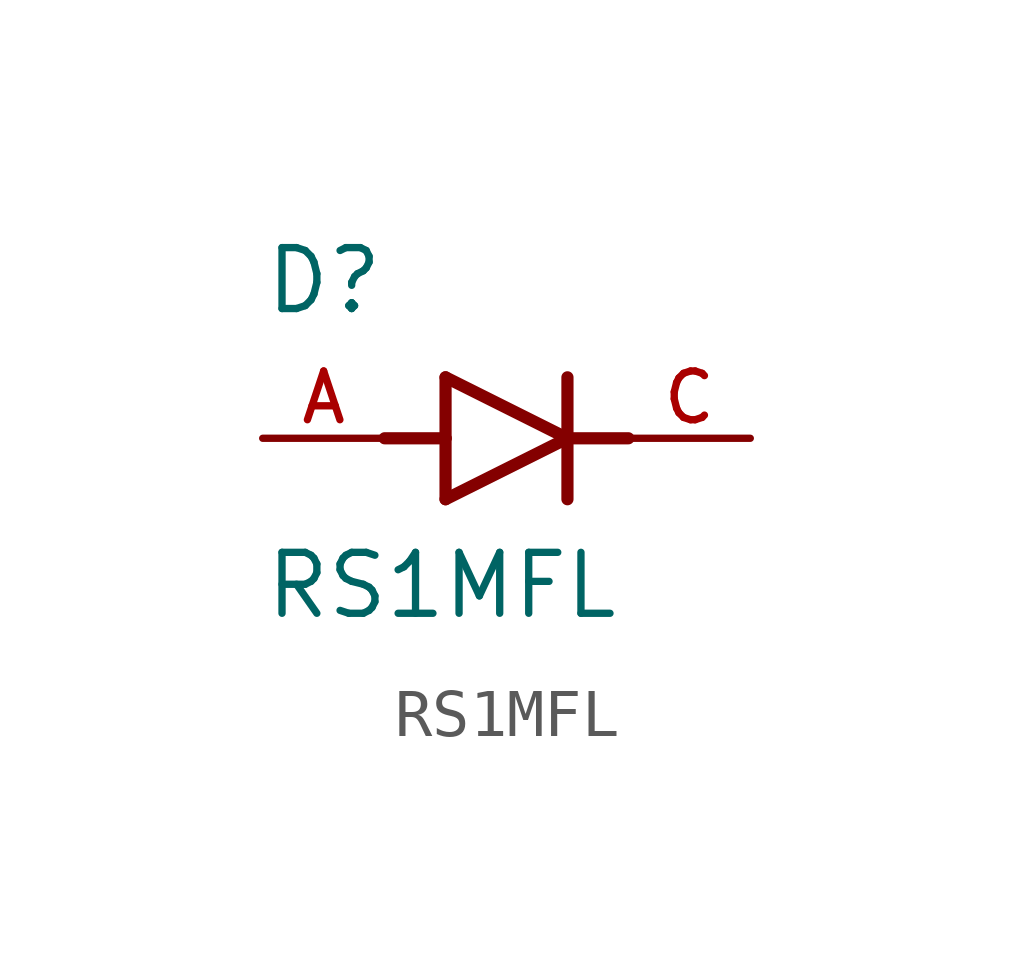
<source format=kicad_sym>
(kicad_symbol_lib
  (version 20211014)
  (generator kicad_symbol_editor)
  (symbol "RS1MFL"
    (pin_names
      (offset 1.016))
    (property "Reference" "D"
      (at -5.08 2.54 0)
      (effects (font (size 1.27 1.27)) (justify bottom left)))
    (property "Value" "RS1MFL"
      (at -5.08 -3.81 0)
      (effects (font (size 1.27 1.27)) (justify bottom left)))
    (symbol "RS1MFL_0_0"
      (polyline (pts (xy -1.27 -1.27) (xy 1.27 0.0)) (stroke (width 0.254)))
      (polyline (pts (xy 1.27 0.0) (xy -1.27 1.27)) (stroke (width 0.254)))
      (polyline (pts (xy 1.27 1.27) (xy 1.27 0.0)) (stroke (width 0.254)))
      (polyline (pts (xy -1.27 1.27) (xy -1.27 0.0)) (stroke (width 0.254)))
      (polyline (pts (xy -1.27 0.0) (xy -1.27 -1.27)) (stroke (width 0.254)))
      (polyline (pts (xy 1.27 0.0) (xy 1.27 -1.27)) (stroke (width 0.254)))
      (polyline (pts (xy -2.54 0.0) (xy -1.27 0.0)) (stroke (width 0.254)))
      (polyline (pts (xy 1.27 0.0) (xy 2.54 0.0)) (stroke (width 0.254)))
      (pin passive line (at 5.08 0.0 180.0) (length 2.54) (name "~" (effects (font (size 1.016 1.016)))) (number "C" (effects (font (size 1.016 1.016)))))
      (pin passive line (at -5.08 0.0 0) (length 2.54) (name "~" (effects (font (size 1.016 1.016)))) (number "A" (effects (font (size 1.016 1.016))))))))
</source>
